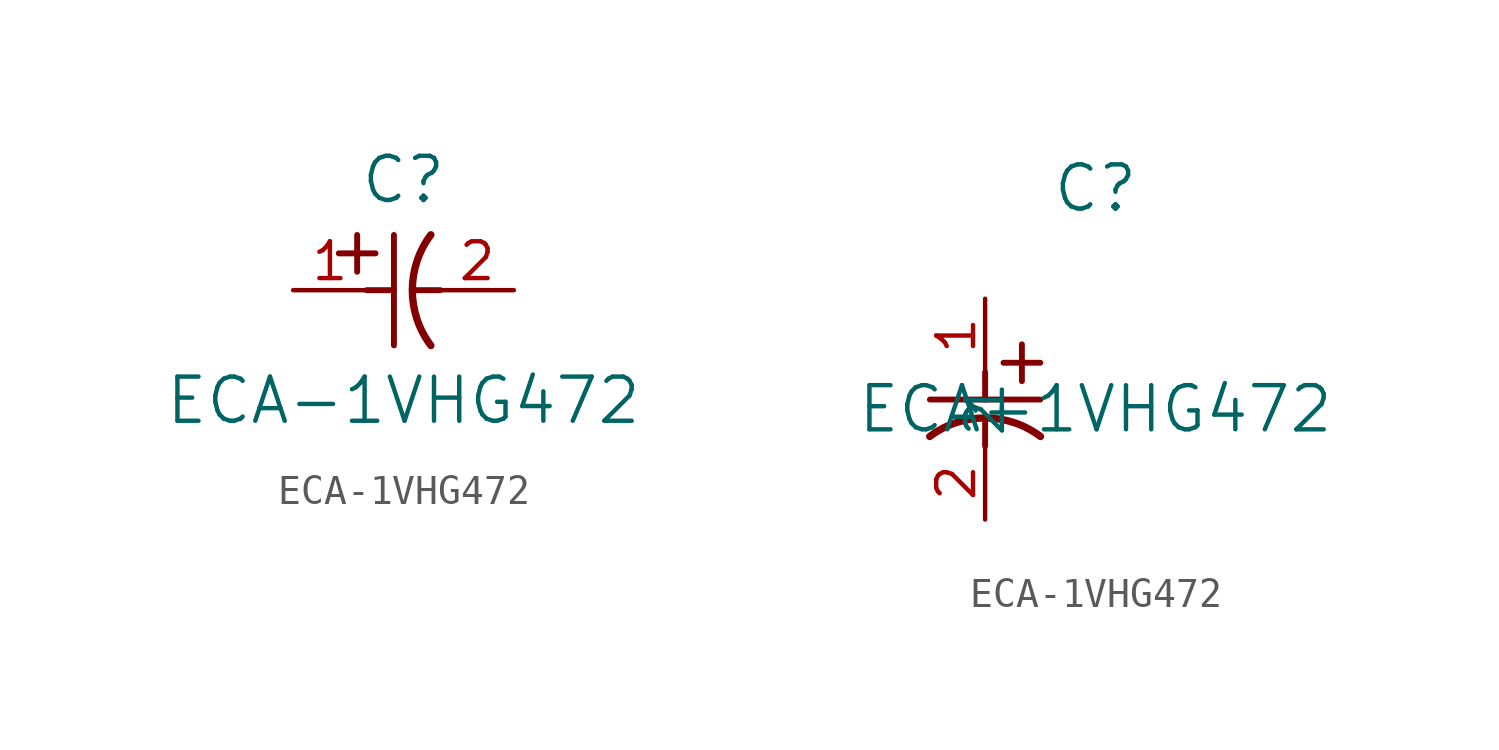
<source format=kicad_sym>
(kicad_symbol_lib
  (version 20211014)
  (generator kicad_symbol_editor)
  (symbol "ECA-1VHG472"
    (pin_names
      (offset 0.254))
    (property "Reference" "C"
      (at 3.81 3.81 0)
      (effects (font (size 1.524 1.524))))
    (property "Value" "ECA-1VHG472"
      (at 3.81 -3.81 0)
      (effects (font (size 1.524 1.524))))
    (symbol "ECA-1VHG472_1_1"
      (polyline (pts (xy 2.21 0.635) (xy 2.21 1.905)) (stroke (width 0.203) (type default) (color 0 0 0 0)) (fill (type none)))
      (arc (start 4.754132 1.910763) (mid 4.1148 0) (end 4.754132 -1.910763) (stroke (width 0.254) (type default) (color 0 0 0 0)) (fill (type none)))
      (polyline (pts (xy 4.115 0) (xy 5.08 0)) (stroke (width 0.203) (type default) (color 0 0 0 0)) (fill (type none)))
      (polyline (pts (xy 3.48 -1.905) (xy 3.48 1.905)) (stroke (width 0.203) (type default) (color 0 0 0 0)) (fill (type none)))
      (polyline (pts (xy 1.575 1.27) (xy 2.845 1.27)) (stroke (width 0.203) (type default) (color 0 0 0 0)) (fill (type none)))
      (polyline (pts (xy 2.54 0) (xy 3.48 0)) (stroke (width 0.203) (type default) (color 0 0 0 0)) (fill (type none)))
      (pin unspecified line (at 0 0 0) (length 2.54) (name "" (effects (font (size 1.27 1.27)))) (number "1" (effects (font (size 1.27 1.27)))))
      (pin unspecified line (at 7.62 0 180) (length 2.54) (name "" (effects (font (size 1.27 1.27)))) (number "2" (effects (font (size 1.27 1.27))))))
    (symbol "ECA-1VHG472_1_2"
      (polyline (pts (xy 0 -2.54) (xy 0 -3.48)) (stroke (width 0.203) (type default) (color 0 0 0 0)) (fill (type none)))
      (arc (start 1.910763 -4.754132) (mid 0 -4.1148) (end -1.910763 -4.754132) (stroke (width 0.254) (type default) (color 0 0 0 0)) (fill (type none)))
      (polyline (pts (xy -1.905 -3.48) (xy 1.905 -3.48)) (stroke (width 0.203) (type default) (color 0 0 0 0)) (fill (type none)))
      (polyline (pts (xy 0.635 -2.21) (xy 1.905 -2.21)) (stroke (width 0.203) (type default) (color 0 0 0 0)) (fill (type none)))
      (polyline (pts (xy 1.27 -1.575) (xy 1.27 -2.845)) (stroke (width 0.203) (type default) (color 0 0 0 0)) (fill (type none)))
      (polyline (pts (xy 0 -4.115) (xy 0 -5.08)) (stroke (width 0.203) (type default) (color 0 0 0 0)) (fill (type none)))
      (pin unspecified line (at 0 0 270) (length 2.54) (name "1" (effects (font (size 1.27 1.27)))) (number "1" (effects (font (size 1.27 1.27)))))
      (pin unspecified line (at 0 -7.62 90) (length 2.54) (name "2" (effects (font (size 1.27 1.27)))) (number "2" (effects (font (size 1.27 1.27))))))))
</source>
